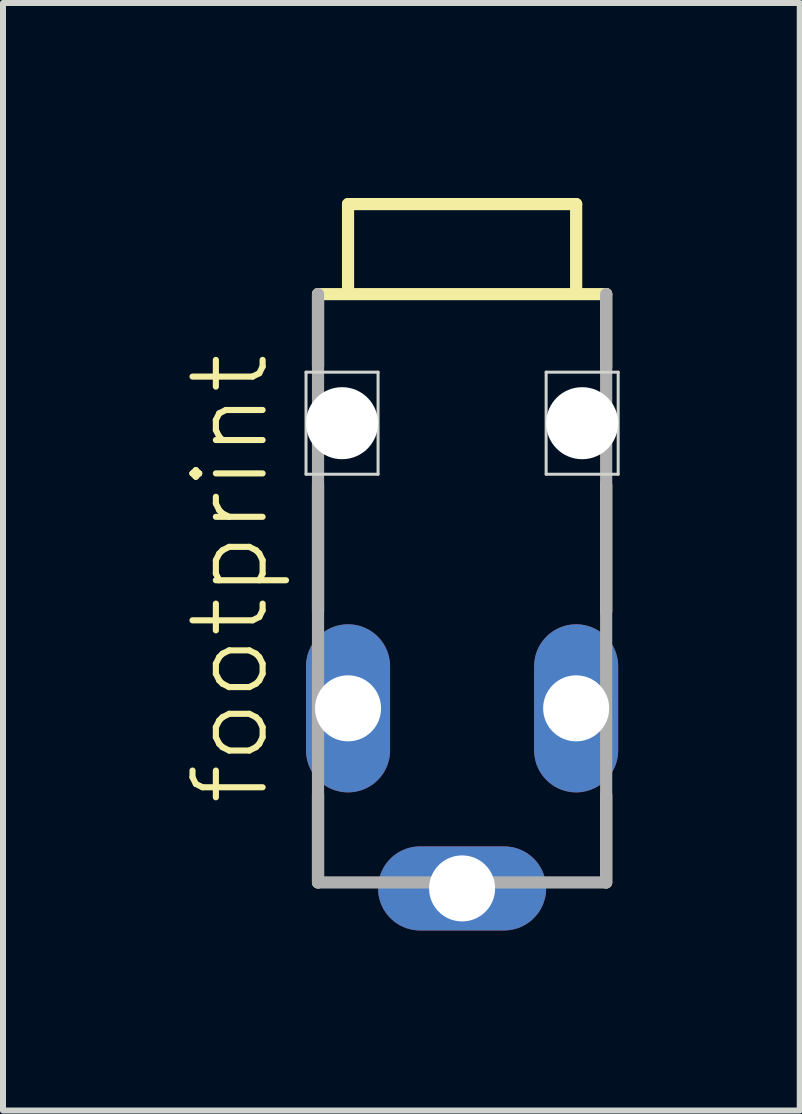
<source format=kicad_pcb>
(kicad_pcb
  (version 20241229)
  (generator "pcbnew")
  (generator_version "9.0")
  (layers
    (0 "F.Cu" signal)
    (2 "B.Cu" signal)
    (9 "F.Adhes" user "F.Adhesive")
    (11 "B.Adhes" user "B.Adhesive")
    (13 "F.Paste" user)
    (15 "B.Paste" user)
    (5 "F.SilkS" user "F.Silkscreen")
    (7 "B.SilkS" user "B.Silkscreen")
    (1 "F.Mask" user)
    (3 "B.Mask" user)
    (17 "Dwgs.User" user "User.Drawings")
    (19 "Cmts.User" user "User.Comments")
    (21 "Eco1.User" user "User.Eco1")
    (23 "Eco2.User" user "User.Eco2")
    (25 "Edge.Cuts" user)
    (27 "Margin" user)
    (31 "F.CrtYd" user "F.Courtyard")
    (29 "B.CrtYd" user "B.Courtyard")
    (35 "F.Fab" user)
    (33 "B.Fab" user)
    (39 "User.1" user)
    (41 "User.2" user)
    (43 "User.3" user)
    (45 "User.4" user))
  (footprint "footprint"
    (layer "F.Cu")
    (at 4.648 0.25)
    (property "Reference" "footprint" (at -3.175 10.16 90) (layer "F.SilkS") (effects (font (size 1.168 1.168) (thickness 0.102)) (justify left bottom)))
    (fp_line (start -2.4 1.6) (end 2.4 1.6) (stroke (width 0.203) (type solid)) (layer "F.SilkS"))
    (fp_line (start -2.4 2.795) (end -2.4 1.6) (stroke (width 0.203) (type solid)) (layer "F.SilkS"))
    (fp_line (start -2.4 6.885) (end -2.4 4.775) (stroke (width 0.203) (type solid)) (layer "F.SilkS"))
    (fp_line (start -2.4 11.4) (end -2.4 9.94) (stroke (width 0.203) (type solid)) (layer "F.SilkS"))
    (fp_line (start -1.9 0.1) (end -1.9 1.5) (stroke (width 0.203) (type solid)) (layer "F.SilkS"))
    (fp_line (start -1.9 0.1) (end 1.9 0.1) (stroke (width 0.203) (type solid)) (layer "F.SilkS"))
    (fp_line (start 1.9 0.1) (end 1.9 1.5) (stroke (width 0.203) (type solid)) (layer "F.SilkS"))
    (fp_line (start 2.4 1.6) (end 2.4 2.815) (stroke (width 0.203) (type solid)) (layer "F.SilkS"))
    (fp_line (start 2.4 6.885) (end 2.4 4.775) (stroke (width 0.203) (type solid)) (layer "F.SilkS"))
    (fp_line (start 2.4 9.945) (end 2.4 11.4) (stroke (width 0.203) (type solid)) (layer "F.SilkS"))
    (fp_line (start -2.6 2.9) (end -1.4 2.9) (stroke (width 0.05) (type solid)) (layer "Edge.Cuts"))
    (fp_line (start -2.6 4.6) (end -2.6 2.9) (stroke (width 0.05) (type solid)) (layer "Edge.Cuts"))
    (fp_line (start -1.4 2.9) (end -1.4 4.6) (stroke (width 0.05) (type solid)) (layer "Edge.Cuts"))
    (fp_line (start -1.4 4.6) (end -2.6 4.6) (stroke (width 0.05) (type solid)) (layer "Edge.Cuts"))
    (fp_line (start 1.4 2.9) (end 2.6 2.9) (stroke (width 0.05) (type solid)) (layer "Edge.Cuts"))
    (fp_line (start 1.4 4.6) (end 1.4 2.9) (stroke (width 0.05) (type solid)) (layer "Edge.Cuts"))
    (fp_line (start 2.6 2.9) (end 2.6 4.6) (stroke (width 0.05) (type solid)) (layer "Edge.Cuts"))
    (fp_line (start 2.6 4.6) (end 1.4 4.6) (stroke (width 0.05) (type solid)) (layer "Edge.Cuts"))
    (fp_line (start -2.4 11.4) (end -2.4 1.6) (stroke (width 0.203) (type solid)) (layer "F.Fab"))
    (fp_line (start 2.4 1.6) (end 2.4 11.4) (stroke (width 0.203) (type solid)) (layer "F.Fab"))
    (fp_line (start 2.4 11.4) (end -2.4 11.4) (stroke (width 0.203) (type solid)) (layer "F.Fab"))
    (pad "" np_thru_hole circle (at -2 3.75) (size 1.2 1.2) (drill 1.2) (layers "*.Cu" "*.Mask"))
    (pad "" np_thru_hole circle (at 2 3.75) (size 1.2 1.2) (drill 1.2) (layers "*.Cu" "*.Mask"))
    (pad "1" thru_hole oval (at -1.9 8.5 90) (size 2.8 1.4) (drill 1.1) (layers "*.Cu" "*.Mask"))
    (pad "2" thru_hole oval (at 0 11.5) (size 2.8 1.4) (drill 1.1) (layers "*.Cu" "*.Mask"))
    (pad "3" thru_hole oval (at 1.9 8.5 90) (size 2.8 1.4) (drill 1.1) (layers "*.Cu" "*.Mask")))
  (gr_rect
    (start -3 -3)
    (end 10.273 15.45)
    (stroke (width 0.1) (type default))
    (fill no)
    (layer "Edge.Cuts")))
</source>
